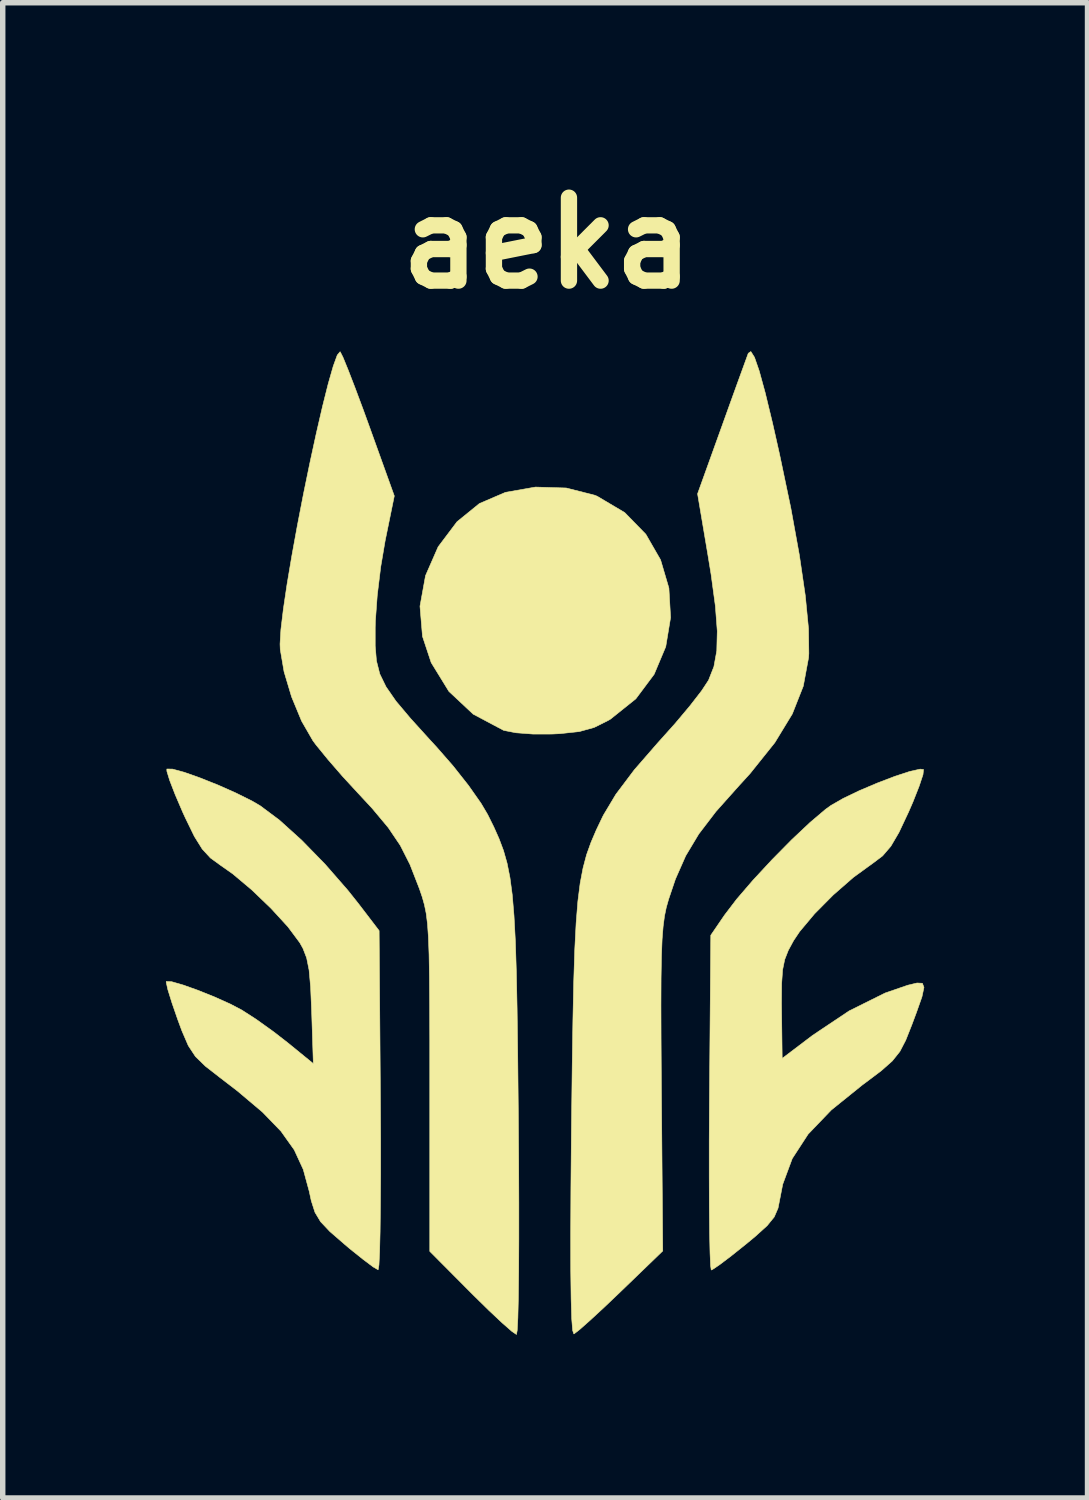
<source format=kicad_pcb>
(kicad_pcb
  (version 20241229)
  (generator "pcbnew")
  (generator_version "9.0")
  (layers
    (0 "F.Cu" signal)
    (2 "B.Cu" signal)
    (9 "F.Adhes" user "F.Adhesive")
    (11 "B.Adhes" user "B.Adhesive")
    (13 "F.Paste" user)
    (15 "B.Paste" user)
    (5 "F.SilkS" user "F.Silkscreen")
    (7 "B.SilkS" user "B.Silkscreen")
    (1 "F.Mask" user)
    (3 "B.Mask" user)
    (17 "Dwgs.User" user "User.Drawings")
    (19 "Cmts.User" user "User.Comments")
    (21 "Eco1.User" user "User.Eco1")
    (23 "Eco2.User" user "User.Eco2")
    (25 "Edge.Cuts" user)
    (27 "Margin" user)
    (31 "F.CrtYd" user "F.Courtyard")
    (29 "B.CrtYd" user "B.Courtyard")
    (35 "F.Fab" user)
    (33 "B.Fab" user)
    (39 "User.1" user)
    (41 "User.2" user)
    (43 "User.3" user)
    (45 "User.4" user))
  (footprint "aeka"
    (layer "F.Cu")
    (at 7.008 12.418)
    (property "Reference" "aeka" (at 0 -11 0) (layer "F.SilkS") (effects (font (size 1.524 1.524) (thickness 0.3))))
    (attr through_hole)
    (fp_poly (pts (xy 0.349 -6.499) (xy 0.873 -6.366) (xy 0.917 -6.348) (xy 1.423 -6.048) (xy 1.812 -5.649) (xy 2.083 -5.178) (xy 2.236 -4.659) (xy 2.267 -4.118) (xy 2.178 -3.582) (xy 1.965 -3.075) (xy 1.628 -2.624) (xy 1.165 -2.253) (xy 1.125 -2.229) (xy 0.863 -2.098) (xy 0.589 -2.022) (xy 0.236 -1.984) (xy 0.095 -1.977) (xy -0.257 -1.976) (xy -0.575 -2) (xy -0.795 -2.043) (xy -0.804 -2.046) (xy -1.361 -2.342) (xy -1.808 -2.761) (xy -2.133 -3.29) (xy -2.293 -3.772) (xy -2.339 -4.326) (xy -2.237 -4.888) (xy -2.005 -5.418) (xy -1.658 -5.879) (xy -1.246 -6.214) (xy -0.768 -6.419) (xy -0.217 -6.516) (xy 0.349 -6.499)) (stroke (width 0.01) (type solid)) (fill yes) (layer "F.SilkS"))
    (fp_poly (pts (xy 6.916 -1.325) (xy 6.906 -1.231) (xy 6.836 -1.02) (xy 6.721 -0.728) (xy 6.64 -0.542) (xy 6.464 -0.168) (xy 6.315 0.086) (xy 6.164 0.262) (xy 5.984 0.398) (xy 5.975 0.404) (xy 5.627 0.657) (xy 5.257 0.98) (xy 4.912 1.328) (xy 4.638 1.655) (xy 4.528 1.819) (xy 4.43 2) (xy 4.365 2.166) (xy 4.326 2.356) (xy 4.308 2.611) (xy 4.305 2.969) (xy 4.309 3.284) (xy 4.318 3.985) (xy 4.88 3.559) (xy 5.55 3.111) (xy 6.21 2.783) (xy 6.625 2.64) (xy 6.796 2.599) (xy 6.895 2.604) (xy 6.924 2.68) (xy 6.887 2.853) (xy 6.784 3.145) (xy 6.703 3.362) (xy 6.589 3.65) (xy 6.481 3.858) (xy 6.343 4.031) (xy 6.141 4.21) (xy 5.839 4.438) (xy 5.795 4.47) (xy 5.221 4.933) (xy 4.795 5.377) (xy 4.503 5.826) (xy 4.328 6.298) (xy 4.282 6.534) (xy 4.242 6.737) (xy 4.172 6.899) (xy 4.042 7.059) (xy 3.823 7.257) (xy 3.648 7.402) (xy 3.384 7.613) (xy 3.169 7.776) (xy 3.037 7.865) (xy 3.014 7.874) (xy 3.002 7.792) (xy 2.992 7.56) (xy 2.984 7.197) (xy 2.979 6.72) (xy 2.977 6.149) (xy 2.977 5.503) (xy 2.981 4.8) (xy 2.981 4.797) (xy 3.006 1.721) (xy 3.26 1.349) (xy 3.481 1.059) (xy 3.783 0.708) (xy 4.132 0.332) (xy 4.493 -0.034) (xy 4.833 -0.354) (xy 5.115 -0.593) (xy 5.212 -0.663) (xy 5.44 -0.794) (xy 5.738 -0.937) (xy 6.068 -1.077) (xy 6.39 -1.2) (xy 6.665 -1.29) (xy 6.855 -1.332) (xy 6.916 -1.325)) (stroke (width 0.01) (type solid)) (fill yes) (layer "F.SilkS"))
    (fp_poly (pts (xy -6.888 -1.333) (xy -6.671 -1.274) (xy -6.378 -1.17) (xy -6.047 -1.038) (xy -5.719 -0.892) (xy -5.429 -0.748) (xy -5.278 -0.66) (xy -4.924 -0.396) (xy -4.513 -0.025) (xy -4.082 0.417) (xy -3.666 0.894) (xy -3.471 1.139) (xy -3.09 1.637) (xy -3.066 4.755) (xy -3.062 5.463) (xy -3.062 6.114) (xy -3.066 6.69) (xy -3.072 7.172) (xy -3.081 7.542) (xy -3.093 7.781) (xy -3.108 7.87) (xy -3.109 7.87) (xy -3.2 7.817) (xy -3.384 7.679) (xy -3.629 7.483) (xy -3.722 7.404) (xy -3.995 7.167) (xy -4.166 6.986) (xy -4.269 6.814) (xy -4.337 6.602) (xy -4.374 6.43) (xy -4.484 6.026) (xy -4.65 5.666) (xy -4.894 5.323) (xy -5.235 4.971) (xy -5.695 4.583) (xy -6.006 4.344) (xy -6.282 4.129) (xy -6.466 3.95) (xy -6.597 3.751) (xy -6.715 3.477) (xy -6.792 3.269) (xy -6.898 2.962) (xy -6.973 2.721) (xy -7.003 2.586) (xy -7.002 2.571) (xy -6.903 2.575) (xy -6.694 2.635) (xy -6.416 2.734) (xy -6.113 2.856) (xy -5.826 2.985) (xy -5.612 3.097) (xy -5.347 3.268) (xy -5.029 3.496) (xy -4.77 3.697) (xy -4.299 4.081) (xy -4.33 3.12) (xy -4.349 2.676) (xy -4.377 2.362) (xy -4.422 2.138) (xy -4.489 1.964) (xy -4.549 1.857) (xy -4.766 1.566) (xy -5.076 1.228) (xy -5.431 0.887) (xy -5.782 0.592) (xy -6.007 0.434) (xy -6.191 0.3) (xy -6.341 0.137) (xy -6.486 -0.096) (xy -6.653 -0.439) (xy -6.699 -0.539) (xy -6.838 -0.863) (xy -6.94 -1.127) (xy -6.991 -1.294) (xy -6.992 -1.334) (xy -6.888 -1.333)) (stroke (width 0.01) (type solid)) (fill yes) (layer "F.SilkS"))
    (fp_poly (pts (xy 3.809 -8.901) (xy 3.896 -8.65) (xy 4.006 -8.249) (xy 4.141 -7.691) (xy 4.269 -7.122) (xy 4.476 -6.135) (xy 4.634 -5.264) (xy 4.743 -4.52) (xy 4.802 -3.914) (xy 4.808 -3.456) (xy 4.803 -3.38) (xy 4.706 -2.858) (xy 4.504 -2.346) (xy 4.183 -1.819) (xy 3.729 -1.252) (xy 3.525 -1.028) (xy 3.101 -0.553) (xy 2.784 -0.138) (xy 2.545 0.261) (xy 2.356 0.689) (xy 2.23 1.062) (xy 2.188 1.21) (xy 2.155 1.369) (xy 2.13 1.559) (xy 2.111 1.797) (xy 2.099 2.105) (xy 2.092 2.501) (xy 2.09 3.005) (xy 2.092 3.637) (xy 2.097 4.416) (xy 2.098 4.545) (xy 2.123 7.524) (xy 1.35 8.27) (xy 1.05 8.556) (xy 0.79 8.796) (xy 0.596 8.968) (xy 0.494 9.047) (xy 0.489 9.049) (xy 0.467 8.985) (xy 0.45 8.773) (xy 0.439 8.41) (xy 0.432 7.893) (xy 0.431 7.217) (xy 0.435 6.379) (xy 0.444 5.377) (xy 0.447 5.112) (xy 0.459 4.117) (xy 0.472 3.275) (xy 0.487 2.569) (xy 0.506 1.981) (xy 0.531 1.496) (xy 0.563 1.096) (xy 0.605 0.765) (xy 0.658 0.486) (xy 0.723 0.241) (xy 0.804 0.015) (xy 0.9 -0.21) (xy 1.015 -0.451) (xy 1.033 -0.487) (xy 1.261 -0.868) (xy 1.602 -1.321) (xy 2.031 -1.814) (xy 2.049 -1.834) (xy 2.35 -2.17) (xy 2.622 -2.494) (xy 2.836 -2.77) (xy 2.963 -2.963) (xy 2.966 -2.969) (xy 3.063 -3.215) (xy 3.116 -3.506) (xy 3.125 -3.869) (xy 3.09 -4.33) (xy 3.011 -4.914) (xy 2.949 -5.292) (xy 2.763 -6.392) (xy 3.205 -7.62) (xy 3.361 -8.054) (xy 3.5 -8.439) (xy 3.61 -8.741) (xy 3.679 -8.931) (xy 3.695 -8.975) (xy 3.742 -9.007) (xy 3.809 -8.901)) (stroke (width 0.01) (type solid)) (fill yes) (layer "F.SilkS"))
    (fp_poly (pts (xy -3.804 -9) (xy -3.754 -8.901) (xy -3.66 -8.671) (xy -3.531 -8.337) (xy -3.379 -7.93) (xy -3.275 -7.643) (xy -2.811 -6.353) (xy -2.98 -5.526) (xy -3.06 -5.054) (xy -3.124 -4.529) (xy -3.159 -4.048) (xy -3.162 -3.931) (xy -3.162 -3.595) (xy -3.139 -3.322) (xy -3.078 -3.081) (xy -2.963 -2.845) (xy -2.781 -2.582) (xy -2.514 -2.265) (xy -2.15 -1.863) (xy -2.037 -1.741) (xy -1.733 -1.393) (xy -1.447 -1.031) (xy -1.216 -0.702) (xy -1.096 -0.499) (xy -0.981 -0.267) (xy -0.885 -0.051) (xy -0.804 0.165) (xy -0.738 0.398) (xy -0.685 0.664) (xy -0.643 0.98) (xy -0.611 1.362) (xy -0.586 1.828) (xy -0.568 2.393) (xy -0.554 3.074) (xy -0.543 3.889) (xy -0.533 4.852) (xy -0.531 5.059) (xy -0.525 5.87) (xy -0.522 6.625) (xy -0.522 7.307) (xy -0.525 7.9) (xy -0.531 8.388) (xy -0.54 8.755) (xy -0.552 8.984) (xy -0.566 9.059) (xy -0.65 9.002) (xy -0.827 8.847) (xy -1.073 8.616) (xy -1.361 8.333) (xy -1.399 8.295) (xy -2.159 7.531) (xy -2.159 4.464) (xy -2.159 3.661) (xy -2.161 3.008) (xy -2.165 2.485) (xy -2.172 2.075) (xy -2.184 1.756) (xy -2.201 1.511) (xy -2.225 1.319) (xy -2.257 1.162) (xy -2.297 1.02) (xy -2.347 0.874) (xy -2.357 0.847) (xy -2.523 0.421) (xy -2.701 0.07) (xy -2.922 -0.257) (xy -3.217 -0.61) (xy -3.476 -0.889) (xy -3.761 -1.198) (xy -4.033 -1.512) (xy -4.249 -1.777) (xy -4.307 -1.855) (xy -4.515 -2.216) (xy -4.699 -2.661) (xy -4.837 -3.122) (xy -4.907 -3.532) (xy -4.911 -3.631) (xy -4.895 -3.898) (xy -4.85 -4.272) (xy -4.782 -4.731) (xy -4.694 -5.253) (xy -4.592 -5.813) (xy -4.48 -6.391) (xy -4.362 -6.963) (xy -4.244 -7.506) (xy -4.13 -7.999) (xy -4.025 -8.417) (xy -3.933 -8.739) (xy -3.859 -8.942) (xy -3.808 -9.003) (xy -3.804 -9)) (stroke (width 0.01) (type solid)) (fill yes) (layer "F.SilkS")))
  (gr_rect
    (start -3 -3)
    (end 16.938 24.482)
    (stroke (width 0.1) (type default))
    (fill no)
    (layer "Edge.Cuts")))
</source>
